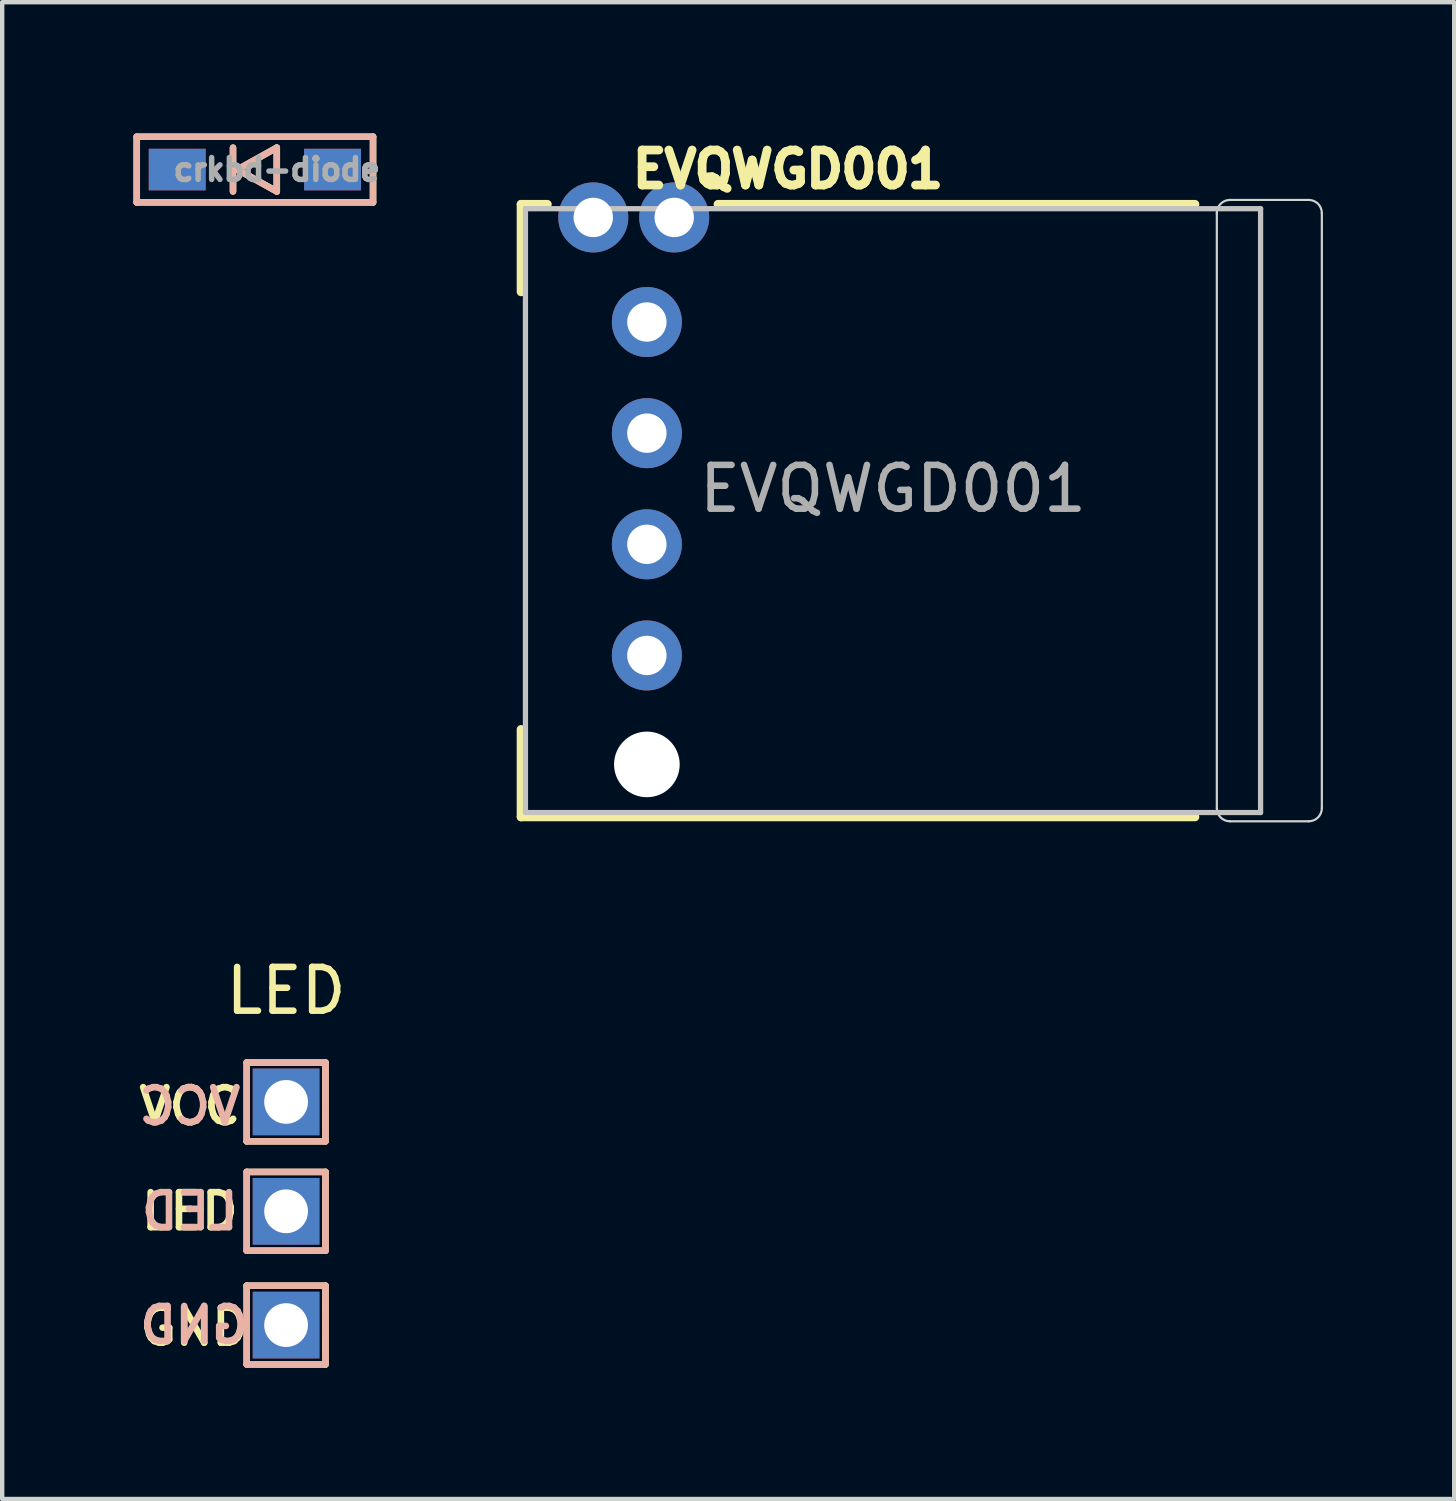
<source format=kicad_pcb>
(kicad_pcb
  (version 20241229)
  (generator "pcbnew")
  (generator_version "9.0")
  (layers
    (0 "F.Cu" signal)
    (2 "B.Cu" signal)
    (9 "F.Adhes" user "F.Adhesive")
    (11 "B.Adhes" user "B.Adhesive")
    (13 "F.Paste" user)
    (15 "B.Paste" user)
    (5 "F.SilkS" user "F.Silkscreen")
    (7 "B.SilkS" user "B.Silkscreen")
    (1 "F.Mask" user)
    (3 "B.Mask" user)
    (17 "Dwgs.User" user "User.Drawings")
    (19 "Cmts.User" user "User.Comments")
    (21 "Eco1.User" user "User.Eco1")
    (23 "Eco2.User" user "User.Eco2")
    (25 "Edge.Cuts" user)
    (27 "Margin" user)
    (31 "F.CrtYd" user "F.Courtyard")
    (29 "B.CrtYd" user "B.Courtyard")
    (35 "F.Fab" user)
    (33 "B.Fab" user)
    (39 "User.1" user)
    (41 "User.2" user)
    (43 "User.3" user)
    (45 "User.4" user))
  (footprint "crkbd-diode"
    (layer "F.Cu")
    (at 2.775 0.825)
    (property "Reference" "crkbd-diode" (at 0.5 0 180) (layer "F.Fab") (effects (font (size 0.5 0.5) (thickness 0.125))))
    (attr through_hole)
    (fp_line (start -2.7 -0.75) (end -2.7 0.75) (stroke (width 0.15) (type solid)) (layer "F.SilkS"))
    (fp_line (start -2.7 0.75) (end 2.7 0.75) (stroke (width 0.15) (type solid)) (layer "F.SilkS"))
    (fp_line (start -0.5 -0.5) (end -0.5 0.5) (stroke (width 0.15) (type solid)) (layer "F.SilkS"))
    (fp_line (start -0.4 0) (end 0.5 -0.5) (stroke (width 0.15) (type solid)) (layer "F.SilkS"))
    (fp_line (start 0.5 -0.5) (end 0.5 0.5) (stroke (width 0.15) (type solid)) (layer "F.SilkS"))
    (fp_line (start 0.5 0.5) (end -0.4 0) (stroke (width 0.15) (type solid)) (layer "F.SilkS"))
    (fp_line (start 2.7 -0.75) (end -2.7 -0.75) (stroke (width 0.15) (type solid)) (layer "F.SilkS"))
    (fp_line (start 2.7 -0.75) (end 2.7 0.75) (stroke (width 0.15) (type solid)) (layer "F.SilkS"))
    (fp_line (start -2.7 -0.75) (end -2.7 0.75) (stroke (width 0.15) (type solid)) (layer "B.SilkS"))
    (fp_line (start -2.7 0.75) (end 2.7 0.75) (stroke (width 0.15) (type solid)) (layer "B.SilkS"))
    (fp_line (start -0.5 -0.5) (end -0.5 0.5) (stroke (width 0.15) (type solid)) (layer "B.SilkS"))
    (fp_line (start -0.4 0) (end 0.5 -0.5) (stroke (width 0.15) (type solid)) (layer "B.SilkS"))
    (fp_line (start 0.5 -0.5) (end 0.5 0.5) (stroke (width 0.15) (type solid)) (layer "B.SilkS"))
    (fp_line (start 0.5 0.5) (end -0.4 0) (stroke (width 0.15) (type solid)) (layer "B.SilkS"))
    (fp_line (start 2.7 -0.75) (end -2.7 -0.75) (stroke (width 0.15) (type solid)) (layer "B.SilkS"))
    (fp_line (start 2.7 0.75) (end 2.7 -0.75) (stroke (width 0.15) (type solid)) (layer "B.SilkS"))
    (pad "1" smd rect (at -1.775 0) (size 1.3 0.95) (layers "F.Cu" "F.Mask" "F.Paste"))
    (pad "1" smd rect (at -1.775 0) (size 1.3 0.95) (layers "B.Cu" "B.Mask" "B.Paste"))
    (pad "2" smd rect (at 1.775 0) (size 1.3 0.95) (layers "F.Cu" "F.Mask" "F.Paste"))
    (pad "2" smd rect (at 1.775 0) (size 1.3 0.95) (layers "B.Cu" "B.Mask" "B.Paste")))
  (footprint "LED"
    (layer "F.Cu")
    (at 3.488 22.132)
    (property "Reference" "LED" (at 0 -2.54 180) (layer "F.SilkS") (effects (font (size 1 1) (thickness 0.15))))
    (attr through_hole)
    (fp_line (start -0.9 -0.9) (end 0.9 -0.9) (stroke (width 0.15) (type solid)) (layer "F.SilkS"))
    (fp_line (start -0.9 0.9) (end -0.9 -0.9) (stroke (width 0.15) (type solid)) (layer "F.SilkS"))
    (fp_line (start -0.9 1.6) (end -0.9 3.4) (stroke (width 0.15) (type solid)) (layer "F.SilkS"))
    (fp_line (start -0.9 1.6) (end 0.9 1.6) (stroke (width 0.15) (type solid)) (layer "F.SilkS"))
    (fp_line (start -0.9 4.2) (end -0.9 6) (stroke (width 0.15) (type solid)) (layer "F.SilkS"))
    (fp_line (start -0.9 4.2) (end 0.9 4.2) (stroke (width 0.15) (type solid)) (layer "F.SilkS"))
    (fp_line (start 0.9 -0.9) (end 0.9 0.9) (stroke (width 0.15) (type solid)) (layer "F.SilkS"))
    (fp_line (start 0.9 0.9) (end -0.9 0.9) (stroke (width 0.15) (type solid)) (layer "F.SilkS"))
    (fp_line (start 0.9 1.6) (end 0.9 3.4) (stroke (width 0.15) (type solid)) (layer "F.SilkS"))
    (fp_line (start 0.9 3.4) (end -0.9 3.4) (stroke (width 0.15) (type solid)) (layer "F.SilkS"))
    (fp_line (start 0.9 4.2) (end 0.9 6) (stroke (width 0.15) (type solid)) (layer "F.SilkS"))
    (fp_line (start 0.9 6) (end -0.9 6) (stroke (width 0.15) (type solid)) (layer "F.SilkS"))
    (fp_line (start -0.9 -0.9) (end 0.9 -0.9) (stroke (width 0.15) (type solid)) (layer "B.SilkS"))
    (fp_line (start -0.9 0.9) (end -0.9 -0.9) (stroke (width 0.15) (type solid)) (layer "B.SilkS"))
    (fp_line (start -0.9 1.6) (end 0.9 1.6) (stroke (width 0.15) (type solid)) (layer "B.SilkS"))
    (fp_line (start -0.9 3.4) (end -0.9 1.6) (stroke (width 0.15) (type solid)) (layer "B.SilkS"))
    (fp_line (start -0.9 4.2) (end 0.9 4.2) (stroke (width 0.15) (type solid)) (layer "B.SilkS"))
    (fp_line (start -0.9 6) (end -0.9 4.2) (stroke (width 0.15) (type solid)) (layer "B.SilkS"))
    (fp_line (start 0.9 -0.9) (end 0.9 0.9) (stroke (width 0.15) (type solid)) (layer "B.SilkS"))
    (fp_line (start 0.9 0.9) (end -0.9 0.9) (stroke (width 0.15) (type solid)) (layer "B.SilkS"))
    (fp_line (start 0.9 1.6) (end 0.9 3.4) (stroke (width 0.15) (type solid)) (layer "B.SilkS"))
    (fp_line (start 0.9 3.4) (end -0.9 3.4) (stroke (width 0.15) (type solid)) (layer "B.SilkS"))
    (fp_line (start 0.9 4.2) (end 0.9 6) (stroke (width 0.15) (type solid)) (layer "B.SilkS"))
    (fp_line (start 0.9 6) (end -0.9 6) (stroke (width 0.15) (type solid)) (layer "B.SilkS"))
    (fp_text user "GND" (at -2.1 5.14 180) (layer "F.SilkS") (effects (font (size 0.8 0.8) (thickness 0.15))))
    (fp_text user "LED" (at -2.2 2.5 180) (layer "F.SilkS") (effects (font (size 0.8 0.8) (thickness 0.15))))
    (fp_text user "VCC" (at -2.2 0.1 180) (layer "F.SilkS") (effects (font (size 0.8 0.8) (thickness 0.15))))
    (fp_text user "GND" (at -2.1 5.1 180) (layer "B.SilkS") (effects (font (size 0.8 0.8) (thickness 0.15)) (justify mirror)))
    (fp_text user "VCC" (at -2.2 0.1 180) (layer "B.SilkS") (effects (font (size 0.8 0.8) (thickness 0.15)) (justify mirror)))
    (fp_text user "LED" (at -2.2 2.5 180) (layer "B.SilkS") (effects (font (size 0.8 0.8) (thickness 0.15)) (justify mirror)))
    (pad "1" thru_hole rect (at 0 0 90) (size 1.524 1.524) (drill 1) (layers "*.Cu" "*.Mask"))
    (pad "2" thru_hole rect (at 0 2.5) (size 1.524 1.524) (drill 1) (layers "*.Cu" "*.Mask"))
    (pad "3" thru_hole rect (at 0 5.1) (size 1.524 1.524) (drill 1) (layers "*.Cu" "*.Mask")))
  (footprint "EVQWGD001"
    (layer "F.Cu")
    (at 17.358 8.119)
    (property "Reference" "EVQWGD001" (at 0 0 0) (layer "F.Fab") (effects (font (size 1 1) (thickness 0.15))))
    (attr through_hole)
    (fp_line (start -8.5 -6.5) (end -8.5 -4.5) (stroke (width 0.2) (type solid)) (layer "F.SilkS"))
    (fp_line (start -8.5 5.5) (end -8.5 7.5) (stroke (width 0.2) (type solid)) (layer "F.SilkS"))
    (fp_line (start -8.5 7.5) (end 6.9 7.5) (stroke (width 0.2) (type solid)) (layer "F.SilkS"))
    (fp_line (start -7.9 -6.5) (end -8.5 -6.5) (stroke (width 0.2) (type solid)) (layer "F.SilkS"))
    (fp_line (start 6.9 -6.5) (end -4 -6.5) (stroke (width 0.2) (type solid)) (layer "F.SilkS"))
    (fp_line (start -8.4 -6.4) (end 8.4 -6.4) (stroke (width 0.12) (type solid)) (layer "Dwgs.User"))
    (fp_line (start -8.4 7.4) (end -8.4 -6.4) (stroke (width 0.12) (type solid)) (layer "Dwgs.User"))
    (fp_line (start 8.4 -6.4) (end 8.4 7.4) (stroke (width 0.12) (type solid)) (layer "Dwgs.User"))
    (fp_line (start 8.4 7.4) (end -8.4 7.4) (stroke (width 0.12) (type solid)) (layer "Dwgs.User"))
    (fp_line (start 7.4 -6.3) (end 7.4 7.3) (stroke (width 0.05) (type solid)) (layer "Edge.Cuts"))
    (fp_line (start 7.7 7.6) (end 9.5 7.6) (stroke (width 0.05) (type solid)) (layer "Edge.Cuts"))
    (fp_line (start 9.5 -6.6) (end 7.7 -6.6) (stroke (width 0.05) (type solid)) (layer "Edge.Cuts"))
    (fp_line (start 9.8 7.3) (end 9.8 -6.3) (stroke (width 0.05) (type solid)) (layer "Edge.Cuts"))
    (fp_arc (start 7.4 -6.3) (mid 7.487868 -6.512132) (end 7.7 -6.6) (stroke (width 0.05) (type solid)) (layer "Edge.Cuts"))
    (fp_arc (start 7.7 7.6) (mid 7.487868 7.512132) (end 7.4 7.3) (stroke (width 0.05) (type solid)) (layer "Edge.Cuts"))
    (fp_arc (start 9.5 -6.6) (mid 9.712132 -6.512132) (end 9.8 -6.3) (stroke (width 0.05) (type solid)) (layer "Edge.Cuts"))
    (fp_arc (start 9.8 7.3) (mid 9.712132 7.512132) (end 9.5 7.6) (stroke (width 0.05) (type solid)) (layer "Edge.Cuts"))
    (fp_text user "${REFERENCE}" (at -2.4 -7.3 0) (layer "F.SilkS") (effects (font (size 0.8 0.8) (thickness 0.2))))
    (pad "" np_thru_hole circle (at -5.625 6.3) (size 1.5 1.5) (drill 1.5) (layers "*.Cu" "*.Mask"))
    (pad "A" thru_hole circle (at -5.625 -3.81) (size 1.6 1.6) (drill 0.9) (layers "*.Cu" "*.Mask"))
    (pad "B" thru_hole circle (at -5.625 -1.27) (size 1.6 1.6) (drill 0.9) (layers "*.Cu" "*.Mask"))
    (pad "C" thru_hole circle (at -5.625 1.27) (size 1.6 1.6) (drill 0.9) (layers "*.Cu" "*.Mask"))
    (pad "D" thru_hole circle (at -5.625 3.81) (size 1.6 1.6) (drill 0.9) (layers "*.Cu" "*.Mask"))
    (pad "S1" thru_hole circle (at -6.85 -6.2) (size 1.6 1.6) (drill 0.9) (layers "*.Cu" "*.Mask"))
    (pad "S2" thru_hole circle (at -5 -6.2) (size 1.6 1.6) (drill 0.9) (layers "*.Cu" "*.Mask")))
  (gr_rect
    (start -3 -3)
    (end 30.183 31.207)
    (stroke (width 0.1) (type default))
    (fill no)
    (layer "Edge.Cuts")))
</source>
